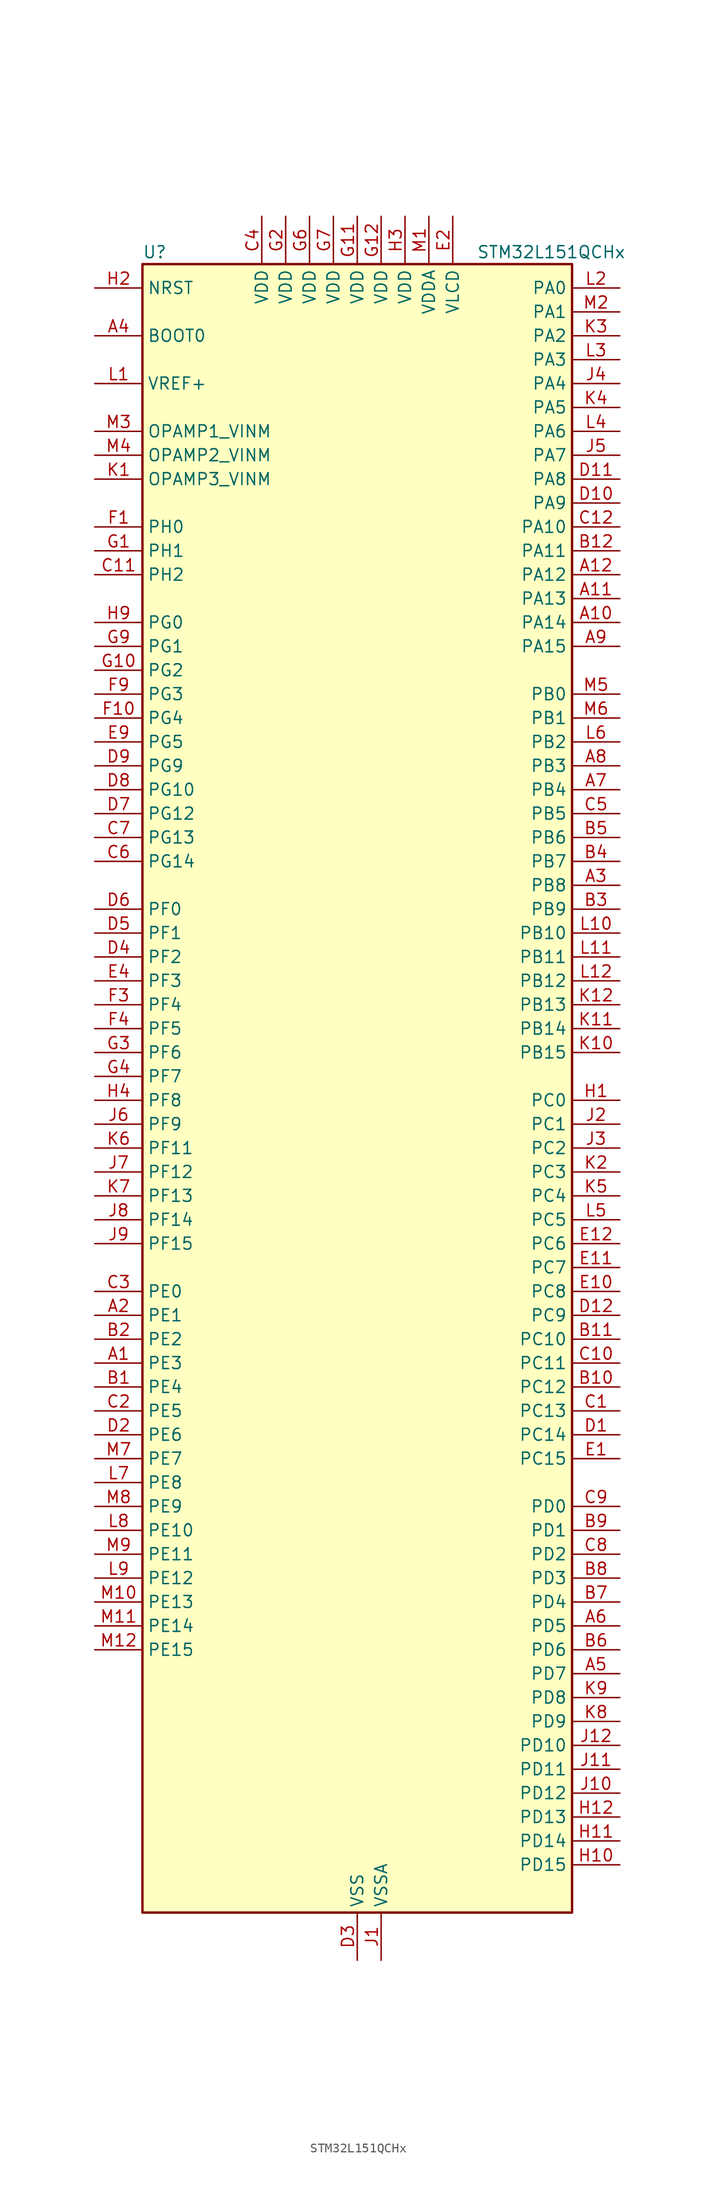
<source format=kicad_sym>
(kicad_symbol_lib
  (version 20231120)
  (generator "kicad-library-utils")
  (generator_version "8.0")
  (symbol "STM32L151QCHx"
    (property "Reference" "U"
      (at -22.86 90.17 0)
      (effects (font (size 1.27 1.27)) (justify left)))
    (property "Value" "STM32L151QCHx"
      (at 12.7 90.17 0)
      (effects (font (size 1.27 1.27)) (justify left)))
    (symbol "STM32L151QCHx_0_1"
      (rectangle (start -22.86 -86.36) (end 22.86 88.9) (stroke (width 0.254) (type default)) (fill (type background))))
    (symbol "STM32L151QCHx_1_1"
      (pin bidirectional line (at -27.94 -27.94 0) (length 5.08) (name "PE3" (effects (font (size 1.27 1.27)))) (number "A1" (effects (font (size 1.27 1.27)))) (alternate "SYS_TRACED0" bidirectional line) (alternate "TIM3_CH1" bidirectional line) (alternate "TIMX_IC4" bidirectional line))
      (pin bidirectional line (at 27.94 50.8 180) (length 5.08) (name "PA14" (effects (font (size 1.27 1.27)))) (number "A10" (effects (font (size 1.27 1.27)))) (alternate "SYS_JTCK-SWCLK" bidirectional line) (alternate "TIMX_IC3" bidirectional line) (alternate "TS_G5_IO2" bidirectional line))
      (pin bidirectional line (at 27.94 53.34 180) (length 5.08) (name "PA13" (effects (font (size 1.27 1.27)))) (number "A11" (effects (font (size 1.27 1.27)))) (alternate "SYS_JTMS-SWDIO" bidirectional line) (alternate "TIMX_IC2" bidirectional line) (alternate "TS_G5_IO1" bidirectional line))
      (pin bidirectional line (at 27.94 55.88 180) (length 5.08) (name "PA12" (effects (font (size 1.27 1.27)))) (number "A12" (effects (font (size 1.27 1.27)))) (alternate "SPI1_MOSI" bidirectional line) (alternate "TIMX_IC1" bidirectional line) (alternate "USART1_RTS" bidirectional line) (alternate "USB_DP" bidirectional line))
      (pin bidirectional line (at -27.94 -22.86 0) (length 5.08) (name "PE1" (effects (font (size 1.27 1.27)))) (number "A2" (effects (font (size 1.27 1.27)))) (alternate "TIM11_CH1" bidirectional line) (alternate "TIMX_IC2" bidirectional line))
      (pin bidirectional line (at 27.94 22.86 180) (length 5.08) (name "PB8" (effects (font (size 1.27 1.27)))) (number "A3" (effects (font (size 1.27 1.27)))) (alternate "I2C1_SCL" bidirectional line) (alternate "TIM10_CH1" bidirectional line) (alternate "TIM4_CH3" bidirectional line))
      (pin input line (at -27.94 81.28 0) (length 5.08) (name "BOOT0" (effects (font (size 1.27 1.27)))) (number "A4" (effects (font (size 1.27 1.27)))))
      (pin bidirectional line (at 27.94 -60.96 180) (length 5.08) (name "PD7" (effects (font (size 1.27 1.27)))) (number "A5" (effects (font (size 1.27 1.27)))) (alternate "TIM9_CH2" bidirectional line) (alternate "TIMX_IC4" bidirectional line) (alternate "USART2_CK" bidirectional line))
      (pin bidirectional line (at 27.94 -55.88 180) (length 5.08) (name "PD5" (effects (font (size 1.27 1.27)))) (number "A6" (effects (font (size 1.27 1.27)))) (alternate "TIMX_IC2" bidirectional line) (alternate "USART2_TX" bidirectional line))
      (pin bidirectional line (at 27.94 33.02 180) (length 5.08) (name "PB4" (effects (font (size 1.27 1.27)))) (number "A7" (effects (font (size 1.27 1.27)))) (alternate "COMP2_INP" bidirectional line) (alternate "SPI1_MISO" bidirectional line) (alternate "SPI3_MISO" bidirectional line) (alternate "SYS_JTRST" bidirectional line) (alternate "TIM3_CH1" bidirectional line) (alternate "TS_G6_IO1" bidirectional line))
      (pin bidirectional line (at 27.94 35.56 180) (length 5.08) (name "PB3" (effects (font (size 1.27 1.27)))) (number "A8" (effects (font (size 1.27 1.27)))) (alternate "COMP2_INM" bidirectional line) (alternate "I2S3_CK" bidirectional line) (alternate "SPI1_SCK" bidirectional line) (alternate "SPI3_SCK" bidirectional line) (alternate "SYS_JTDO-TRACESWO" bidirectional line) (alternate "TIM2_CH2" bidirectional line))
      (pin bidirectional line (at 27.94 48.26 180) (length 5.08) (name "PA15" (effects (font (size 1.27 1.27)))) (number "A9" (effects (font (size 1.27 1.27)))) (alternate "ADC_EXTI15" bidirectional line) (alternate "I2S3_WS" bidirectional line) (alternate "SPI1_NSS" bidirectional line) (alternate "SPI3_NSS" bidirectional line) (alternate "SYS_JTDI" bidirectional line) (alternate "TIM2_CH1" bidirectional line) (alternate "TIM2_ETR" bidirectional line) (alternate "TIMX_IC4" bidirectional line) (alternate "TS_G5_IO3" bidirectional line))
      (pin bidirectional line (at -27.94 -30.48 0) (length 5.08) (name "PE4" (effects (font (size 1.27 1.27)))) (number "B1" (effects (font (size 1.27 1.27)))) (alternate "SYS_TRACED1" bidirectional line) (alternate "TIM3_CH2" bidirectional line) (alternate "TIMX_IC1" bidirectional line))
      (pin bidirectional line (at 27.94 -30.48 180) (length 5.08) (name "PC12" (effects (font (size 1.27 1.27)))) (number "B10" (effects (font (size 1.27 1.27)))) (alternate "I2S3_SD" bidirectional line) (alternate "SPI3_MOSI" bidirectional line) (alternate "TIMX_IC1" bidirectional line) (alternate "USART3_CK" bidirectional line))
      (pin bidirectional line (at 27.94 -25.4 180) (length 5.08) (name "PC10" (effects (font (size 1.27 1.27)))) (number "B11" (effects (font (size 1.27 1.27)))) (alternate "I2S3_CK" bidirectional line) (alternate "SPI3_SCK" bidirectional line) (alternate "TIMX_IC3" bidirectional line) (alternate "USART3_TX" bidirectional line))
      (pin bidirectional line (at 27.94 58.42 180) (length 5.08) (name "PA11" (effects (font (size 1.27 1.27)))) (number "B12" (effects (font (size 1.27 1.27)))) (alternate "ADC_EXTI11" bidirectional line) (alternate "SPI1_MISO" bidirectional line) (alternate "TIMX_IC4" bidirectional line) (alternate "USART1_CTS" bidirectional line) (alternate "USB_DM" bidirectional line))
      (pin bidirectional line (at -27.94 -25.4 0) (length 5.08) (name "PE2" (effects (font (size 1.27 1.27)))) (number "B2" (effects (font (size 1.27 1.27)))) (alternate "SYS_TRACECK" bidirectional line) (alternate "TIM3_ETR" bidirectional line) (alternate "TIMX_IC3" bidirectional line))
      (pin bidirectional line (at 27.94 20.32 180) (length 5.08) (name "PB9" (effects (font (size 1.27 1.27)))) (number "B3" (effects (font (size 1.27 1.27)))) (alternate "DAC_EXTI9" bidirectional line) (alternate "I2C1_SDA" bidirectional line) (alternate "TIM11_CH1" bidirectional line) (alternate "TIM4_CH4" bidirectional line))
      (pin bidirectional line (at 27.94 25.4 180) (length 5.08) (name "PB7" (effects (font (size 1.27 1.27)))) (number "B4" (effects (font (size 1.27 1.27)))) (alternate "COMP2_INP" bidirectional line) (alternate "I2C1_SDA" bidirectional line) (alternate "SYS_PVD_IN" bidirectional line) (alternate "TIM4_CH2" bidirectional line) (alternate "TS_G6_IO4" bidirectional line) (alternate "USART1_RX" bidirectional line))
      (pin bidirectional line (at 27.94 27.94 180) (length 5.08) (name "PB6" (effects (font (size 1.27 1.27)))) (number "B5" (effects (font (size 1.27 1.27)))) (alternate "COMP2_INP" bidirectional line) (alternate "I2C1_SCL" bidirectional line) (alternate "TIM4_CH1" bidirectional line) (alternate "TS_G6_IO3" bidirectional line) (alternate "USART1_TX" bidirectional line))
      (pin bidirectional line (at 27.94 -58.42 180) (length 5.08) (name "PD6" (effects (font (size 1.27 1.27)))) (number "B6" (effects (font (size 1.27 1.27)))) (alternate "TIMX_IC3" bidirectional line) (alternate "USART2_RX" bidirectional line))
      (pin bidirectional line (at 27.94 -53.34 180) (length 5.08) (name "PD4" (effects (font (size 1.27 1.27)))) (number "B7" (effects (font (size 1.27 1.27)))) (alternate "I2S2_SD" bidirectional line) (alternate "SPI2_MOSI" bidirectional line) (alternate "TIMX_IC1" bidirectional line) (alternate "USART2_RTS" bidirectional line))
      (pin bidirectional line (at 27.94 -50.8 180) (length 5.08) (name "PD3" (effects (font (size 1.27 1.27)))) (number "B8" (effects (font (size 1.27 1.27)))) (alternate "SPI2_MISO" bidirectional line) (alternate "TIMX_IC4" bidirectional line) (alternate "USART2_CTS" bidirectional line))
      (pin bidirectional line (at 27.94 -45.72 180) (length 5.08) (name "PD1" (effects (font (size 1.27 1.27)))) (number "B9" (effects (font (size 1.27 1.27)))) (alternate "I2S2_CK" bidirectional line) (alternate "SPI2_SCK" bidirectional line) (alternate "TIMX_IC2" bidirectional line))
      (pin bidirectional line (at 27.94 -33.02 180) (length 5.08) (name "PC13" (effects (font (size 1.27 1.27)))) (number "C1" (effects (font (size 1.27 1.27)))) (alternate "RTC_OUT_ALARM" bidirectional line) (alternate "RTC_OUT_CALIB" bidirectional line) (alternate "RTC_TAMP1" bidirectional line) (alternate "RTC_TS" bidirectional line) (alternate "SYS_WKUP2" bidirectional line) (alternate "TIMX_IC2" bidirectional line))
      (pin bidirectional line (at 27.94 -27.94 180) (length 5.08) (name "PC11" (effects (font (size 1.27 1.27)))) (number "C10" (effects (font (size 1.27 1.27)))) (alternate "ADC_EXTI11" bidirectional line) (alternate "SPI3_MISO" bidirectional line) (alternate "TIMX_IC4" bidirectional line) (alternate "USART3_RX" bidirectional line))
      (pin bidirectional line (at -27.94 55.88 0) (length 5.08) (name "PH2" (effects (font (size 1.27 1.27)))) (number "C11" (effects (font (size 1.27 1.27)))))
      (pin bidirectional line (at 27.94 60.96 180) (length 5.08) (name "PA10" (effects (font (size 1.27 1.27)))) (number "C12" (effects (font (size 1.27 1.27)))) (alternate "TIMX_IC3" bidirectional line) (alternate "TS_G4_IO3" bidirectional line) (alternate "USART1_RX" bidirectional line))
      (pin bidirectional line (at -27.94 -33.02 0) (length 5.08) (name "PE5" (effects (font (size 1.27 1.27)))) (number "C2" (effects (font (size 1.27 1.27)))) (alternate "SYS_TRACED2" bidirectional line) (alternate "TIM9_CH1" bidirectional line) (alternate "TIMX_IC2" bidirectional line))
      (pin bidirectional line (at -27.94 -20.32 0) (length 5.08) (name "PE0" (effects (font (size 1.27 1.27)))) (number "C3" (effects (font (size 1.27 1.27)))) (alternate "TIM10_CH1" bidirectional line) (alternate "TIM4_ETR" bidirectional line) (alternate "TIMX_IC1" bidirectional line))
      (pin power_in line (at -10.16 93.98 270) (length 5.08) (name "VDD" (effects (font (size 1.27 1.27)))) (number "C4" (effects (font (size 1.27 1.27)))))
      (pin bidirectional line (at 27.94 30.48 180) (length 5.08) (name "PB5" (effects (font (size 1.27 1.27)))) (number "C5" (effects (font (size 1.27 1.27)))) (alternate "COMP2_INP" bidirectional line) (alternate "I2C1_SMBA" bidirectional line) (alternate "I2S3_SD" bidirectional line) (alternate "SPI1_MOSI" bidirectional line) (alternate "SPI3_MOSI" bidirectional line) (alternate "TIM3_CH2" bidirectional line) (alternate "TS_G6_IO2" bidirectional line))
      (pin bidirectional line (at -27.94 25.4 0) (length 5.08) (name "PG14" (effects (font (size 1.27 1.27)))) (number "C6" (effects (font (size 1.27 1.27)))))
      (pin bidirectional line (at -27.94 27.94 0) (length 5.08) (name "PG13" (effects (font (size 1.27 1.27)))) (number "C7" (effects (font (size 1.27 1.27)))))
      (pin bidirectional line (at 27.94 -48.26 180) (length 5.08) (name "PD2" (effects (font (size 1.27 1.27)))) (number "C8" (effects (font (size 1.27 1.27)))) (alternate "TIM3_ETR" bidirectional line) (alternate "TIMX_IC3" bidirectional line))
      (pin bidirectional line (at 27.94 -43.18 180) (length 5.08) (name "PD0" (effects (font (size 1.27 1.27)))) (number "C9" (effects (font (size 1.27 1.27)))) (alternate "I2S2_WS" bidirectional line) (alternate "SPI2_NSS" bidirectional line) (alternate "TIM9_CH1" bidirectional line) (alternate "TIMX_IC1" bidirectional line))
      (pin bidirectional line (at 27.94 -35.56 180) (length 5.08) (name "PC14" (effects (font (size 1.27 1.27)))) (number "D1" (effects (font (size 1.27 1.27)))) (alternate "RCC_OSC32_IN" bidirectional line) (alternate "TIMX_IC3" bidirectional line))
      (pin bidirectional line (at 27.94 63.5 180) (length 5.08) (name "PA9" (effects (font (size 1.27 1.27)))) (number "D10" (effects (font (size 1.27 1.27)))) (alternate "DAC_EXTI9" bidirectional line) (alternate "TIMX_IC2" bidirectional line) (alternate "TS_G4_IO2" bidirectional line) (alternate "USART1_TX" bidirectional line))
      (pin bidirectional line (at 27.94 66.04 180) (length 5.08) (name "PA8" (effects (font (size 1.27 1.27)))) (number "D11" (effects (font (size 1.27 1.27)))) (alternate "RCC_MCO" bidirectional line) (alternate "TIMX_IC1" bidirectional line) (alternate "TS_G4_IO1" bidirectional line) (alternate "USART1_CK" bidirectional line))
      (pin bidirectional line (at 27.94 -22.86 180) (length 5.08) (name "PC9" (effects (font (size 1.27 1.27)))) (number "D12" (effects (font (size 1.27 1.27)))) (alternate "DAC_EXTI9" bidirectional line) (alternate "TIM3_CH4" bidirectional line) (alternate "TIMX_IC2" bidirectional line) (alternate "TS_G10_IO4" bidirectional line))
      (pin bidirectional line (at -27.94 -35.56 0) (length 5.08) (name "PE6" (effects (font (size 1.27 1.27)))) (number "D2" (effects (font (size 1.27 1.27)))) (alternate "RTC_TAMP3" bidirectional line) (alternate "SYS_TRACED3" bidirectional line) (alternate "SYS_WKUP3" bidirectional line) (alternate "TIM9_CH2" bidirectional line) (alternate "TIMX_IC3" bidirectional line))
      (pin power_in line (at 0 -91.44 90) (length 5.08) (name "VSS" (effects (font (size 1.27 1.27)))) (number "D3" (effects (font (size 1.27 1.27)))))
      (pin bidirectional line (at -27.94 15.24 0) (length 5.08) (name "PF2" (effects (font (size 1.27 1.27)))) (number "D4" (effects (font (size 1.27 1.27)))))
      (pin bidirectional line (at -27.94 17.78 0) (length 5.08) (name "PF1" (effects (font (size 1.27 1.27)))) (number "D5" (effects (font (size 1.27 1.27)))))
      (pin bidirectional line (at -27.94 20.32 0) (length 5.08) (name "PF0" (effects (font (size 1.27 1.27)))) (number "D6" (effects (font (size 1.27 1.27)))))
      (pin bidirectional line (at -27.94 30.48 0) (length 5.08) (name "PG12" (effects (font (size 1.27 1.27)))) (number "D7" (effects (font (size 1.27 1.27)))))
      (pin bidirectional line (at -27.94 33.02 0) (length 5.08) (name "PG10" (effects (font (size 1.27 1.27)))) (number "D8" (effects (font (size 1.27 1.27)))))
      (pin bidirectional line (at -27.94 35.56 0) (length 5.08) (name "PG9" (effects (font (size 1.27 1.27)))) (number "D9" (effects (font (size 1.27 1.27)))) (alternate "DAC_EXTI9" bidirectional line))
      (pin bidirectional line (at 27.94 -38.1 180) (length 5.08) (name "PC15" (effects (font (size 1.27 1.27)))) (number "E1" (effects (font (size 1.27 1.27)))) (alternate "ADC_EXTI15" bidirectional line) (alternate "RCC_OSC32_OUT" bidirectional line) (alternate "TIMX_IC4" bidirectional line))
      (pin bidirectional line (at 27.94 -20.32 180) (length 5.08) (name "PC8" (effects (font (size 1.27 1.27)))) (number "E10" (effects (font (size 1.27 1.27)))) (alternate "TIM3_CH3" bidirectional line) (alternate "TIMX_IC1" bidirectional line) (alternate "TS_G10_IO3" bidirectional line))
      (pin bidirectional line (at 27.94 -17.78 180) (length 5.08) (name "PC7" (effects (font (size 1.27 1.27)))) (number "E11" (effects (font (size 1.27 1.27)))) (alternate "I2S3_MCK" bidirectional line) (alternate "TIM3_CH2" bidirectional line) (alternate "TIMX_IC4" bidirectional line) (alternate "TS_G10_IO2" bidirectional line))
      (pin bidirectional line (at 27.94 -15.24 180) (length 5.08) (name "PC6" (effects (font (size 1.27 1.27)))) (number "E12" (effects (font (size 1.27 1.27)))) (alternate "I2S2_MCK" bidirectional line) (alternate "TIM3_CH1" bidirectional line) (alternate "TIMX_IC3" bidirectional line) (alternate "TS_G10_IO1" bidirectional line))
      (pin power_in line (at 10.16 93.98 270) (length 5.08) (name "VLCD" (effects (font (size 1.27 1.27)))) (number "E2" (effects (font (size 1.27 1.27)))))
      (pin passive line (at 0 -91.44 90) (length 5.08) hide (name "VSS" (effects (font (size 1.27 1.27)))) (number "E3" (effects (font (size 1.27 1.27)))))
      (pin bidirectional line (at -27.94 12.7 0) (length 5.08) (name "PF3" (effects (font (size 1.27 1.27)))) (number "E4" (effects (font (size 1.27 1.27)))))
      (pin bidirectional line (at -27.94 38.1 0) (length 5.08) (name "PG5" (effects (font (size 1.27 1.27)))) (number "E9" (effects (font (size 1.27 1.27)))))
      (pin bidirectional line (at -27.94 60.96 0) (length 5.08) (name "PH0" (effects (font (size 1.27 1.27)))) (number "F1" (effects (font (size 1.27 1.27)))) (alternate "RCC_OSC_IN" bidirectional line))
      (pin bidirectional line (at -27.94 40.64 0) (length 5.08) (name "PG4" (effects (font (size 1.27 1.27)))) (number "F10" (effects (font (size 1.27 1.27)))) (alternate "ADC_IN12b" bidirectional line) (alternate "TS_G7_IO7" bidirectional line))
      (pin passive line (at 0 -91.44 90) (length 5.08) hide (name "VSS" (effects (font (size 1.27 1.27)))) (number "F11" (effects (font (size 1.27 1.27)))))
      (pin passive line (at 0 -91.44 90) (length 5.08) hide (name "VSS" (effects (font (size 1.27 1.27)))) (number "F12" (effects (font (size 1.27 1.27)))))
      (pin passive line (at 0 -91.44 90) (length 5.08) hide (name "VSS" (effects (font (size 1.27 1.27)))) (number "F2" (effects (font (size 1.27 1.27)))))
      (pin bidirectional line (at -27.94 10.16 0) (length 5.08) (name "PF4" (effects (font (size 1.27 1.27)))) (number "F3" (effects (font (size 1.27 1.27)))))
      (pin bidirectional line (at -27.94 7.62 0) (length 5.08) (name "PF5" (effects (font (size 1.27 1.27)))) (number "F4" (effects (font (size 1.27 1.27)))))
      (pin passive line (at 0 -91.44 90) (length 5.08) hide (name "VSS" (effects (font (size 1.27 1.27)))) (number "F6" (effects (font (size 1.27 1.27)))))
      (pin passive line (at 0 -91.44 90) (length 5.08) hide (name "VSS" (effects (font (size 1.27 1.27)))) (number "F7" (effects (font (size 1.27 1.27)))))
      (pin bidirectional line (at -27.94 43.18 0) (length 5.08) (name "PG3" (effects (font (size 1.27 1.27)))) (number "F9" (effects (font (size 1.27 1.27)))) (alternate "ADC_IN11b" bidirectional line) (alternate "TS_G7_IO6" bidirectional line))
      (pin bidirectional line (at -27.94 58.42 0) (length 5.08) (name "PH1" (effects (font (size 1.27 1.27)))) (number "G1" (effects (font (size 1.27 1.27)))) (alternate "RCC_OSC_OUT" bidirectional line))
      (pin bidirectional line (at -27.94 45.72 0) (length 5.08) (name "PG2" (effects (font (size 1.27 1.27)))) (number "G10" (effects (font (size 1.27 1.27)))) (alternate "ADC_IN10b" bidirectional line) (alternate "TS_G7_IO5" bidirectional line))
      (pin power_in line (at 0 93.98 270) (length 5.08) (name "VDD" (effects (font (size 1.27 1.27)))) (number "G11" (effects (font (size 1.27 1.27)))))
      (pin power_in line (at 2.54 93.98 270) (length 5.08) (name "VDD" (effects (font (size 1.27 1.27)))) (number "G12" (effects (font (size 1.27 1.27)))))
      (pin power_in line (at -7.62 93.98 270) (length 5.08) (name "VDD" (effects (font (size 1.27 1.27)))) (number "G2" (effects (font (size 1.27 1.27)))))
      (pin bidirectional line (at -27.94 5.08 0) (length 5.08) (name "PF6" (effects (font (size 1.27 1.27)))) (number "G3" (effects (font (size 1.27 1.27)))) (alternate "ADC_IN27" bidirectional line) (alternate "TIM5_CH1" bidirectional line) (alternate "TIM5_ETR" bidirectional line) (alternate "TS_G11_IO1" bidirectional line))
      (pin bidirectional line (at -27.94 2.54 0) (length 5.08) (name "PF7" (effects (font (size 1.27 1.27)))) (number "G4" (effects (font (size 1.27 1.27)))) (alternate "ADC_IN28" bidirectional line) (alternate "COMP1_INP" bidirectional line) (alternate "TIM5_CH2" bidirectional line) (alternate "TS_G11_IO2" bidirectional line))
      (pin power_in line (at -5.08 93.98 270) (length 5.08) (name "VDD" (effects (font (size 1.27 1.27)))) (number "G6" (effects (font (size 1.27 1.27)))))
      (pin power_in line (at -2.54 93.98 270) (length 5.08) (name "VDD" (effects (font (size 1.27 1.27)))) (number "G7" (effects (font (size 1.27 1.27)))))
      (pin bidirectional line (at -27.94 48.26 0) (length 5.08) (name "PG1" (effects (font (size 1.27 1.27)))) (number "G9" (effects (font (size 1.27 1.27)))) (alternate "ADC_IN9b" bidirectional line) (alternate "TS_G2_IO5" bidirectional line))
      (pin bidirectional line (at 27.94 0 180) (length 5.08) (name "PC0" (effects (font (size 1.27 1.27)))) (number "H1" (effects (font (size 1.27 1.27)))) (alternate "ADC_IN10" bidirectional line) (alternate "COMP1_INP" bidirectional line) (alternate "TIMX_IC1" bidirectional line) (alternate "TS_G8_IO1" bidirectional line))
      (pin bidirectional line (at 27.94 -81.28 180) (length 5.08) (name "PD15" (effects (font (size 1.27 1.27)))) (number "H10" (effects (font (size 1.27 1.27)))) (alternate "ADC_EXTI15" bidirectional line) (alternate "TIM4_CH4" bidirectional line) (alternate "TIMX_IC4" bidirectional line))
      (pin bidirectional line (at 27.94 -78.74 180) (length 5.08) (name "PD14" (effects (font (size 1.27 1.27)))) (number "H11" (effects (font (size 1.27 1.27)))) (alternate "TIM4_CH3" bidirectional line) (alternate "TIMX_IC3" bidirectional line))
      (pin bidirectional line (at 27.94 -76.2 180) (length 5.08) (name "PD13" (effects (font (size 1.27 1.27)))) (number "H12" (effects (font (size 1.27 1.27)))) (alternate "TIM4_CH2" bidirectional line) (alternate "TIMX_IC2" bidirectional line))
      (pin input line (at -27.94 86.36 0) (length 5.08) (name "NRST" (effects (font (size 1.27 1.27)))) (number "H2" (effects (font (size 1.27 1.27)))))
      (pin power_in line (at 5.08 93.98 270) (length 5.08) (name "VDD" (effects (font (size 1.27 1.27)))) (number "H3" (effects (font (size 1.27 1.27)))))
      (pin bidirectional line (at -27.94 0 0) (length 5.08) (name "PF8" (effects (font (size 1.27 1.27)))) (number "H4" (effects (font (size 1.27 1.27)))) (alternate "ADC_IN29" bidirectional line) (alternate "COMP1_INP" bidirectional line) (alternate "TIM5_CH3" bidirectional line) (alternate "TS_G11_IO3" bidirectional line))
      (pin bidirectional line (at -27.94 50.8 0) (length 5.08) (name "PG0" (effects (font (size 1.27 1.27)))) (number "H9" (effects (font (size 1.27 1.27)))) (alternate "ADC_IN8b" bidirectional line) (alternate "TS_G2_IO4" bidirectional line))
      (pin power_in line (at 2.54 -91.44 90) (length 5.08) (name "VSSA" (effects (font (size 1.27 1.27)))) (number "J1" (effects (font (size 1.27 1.27)))))
      (pin bidirectional line (at 27.94 -73.66 180) (length 5.08) (name "PD12" (effects (font (size 1.27 1.27)))) (number "J10" (effects (font (size 1.27 1.27)))) (alternate "TIM4_CH1" bidirectional line) (alternate "TIMX_IC1" bidirectional line) (alternate "USART3_RTS" bidirectional line))
      (pin bidirectional line (at 27.94 -71.12 180) (length 5.08) (name "PD11" (effects (font (size 1.27 1.27)))) (number "J11" (effects (font (size 1.27 1.27)))) (alternate "ADC_EXTI11" bidirectional line) (alternate "TIMX_IC4" bidirectional line) (alternate "USART3_CTS" bidirectional line))
      (pin bidirectional line (at 27.94 -68.58 180) (length 5.08) (name "PD10" (effects (font (size 1.27 1.27)))) (number "J12" (effects (font (size 1.27 1.27)))) (alternate "TIMX_IC3" bidirectional line) (alternate "USART3_CK" bidirectional line))
      (pin bidirectional line (at 27.94 -2.54 180) (length 5.08) (name "PC1" (effects (font (size 1.27 1.27)))) (number "J2" (effects (font (size 1.27 1.27)))) (alternate "ADC_IN11" bidirectional line) (alternate "COMP1_INP" bidirectional line) (alternate "TIMX_IC2" bidirectional line) (alternate "TS_G8_IO2" bidirectional line))
      (pin bidirectional line (at 27.94 -5.08 180) (length 5.08) (name "PC2" (effects (font (size 1.27 1.27)))) (number "J3" (effects (font (size 1.27 1.27)))) (alternate "ADC_IN12" bidirectional line) (alternate "COMP1_INP" bidirectional line) (alternate "TIMX_IC3" bidirectional line) (alternate "TS_G8_IO3" bidirectional line))
      (pin bidirectional line (at 27.94 76.2 180) (length 5.08) (name "PA4" (effects (font (size 1.27 1.27)))) (number "J4" (effects (font (size 1.27 1.27)))) (alternate "ADC_IN4" bidirectional line) (alternate "COMP1_INP" bidirectional line) (alternate "DAC_OUT1" bidirectional line) (alternate "I2S3_WS" bidirectional line) (alternate "SPI1_NSS" bidirectional line) (alternate "SPI3_NSS" bidirectional line) (alternate "TIMX_IC1" bidirectional line) (alternate "USART2_CK" bidirectional line))
      (pin bidirectional line (at 27.94 68.58 180) (length 5.08) (name "PA7" (effects (font (size 1.27 1.27)))) (number "J5" (effects (font (size 1.27 1.27)))) (alternate "ADC_IN7" bidirectional line) (alternate "COMP1_INP" bidirectional line) (alternate "SPI1_MOSI" bidirectional line) (alternate "TIM11_CH1" bidirectional line) (alternate "TIM3_CH2" bidirectional line) (alternate "TIMX_IC4" bidirectional line) (alternate "TS_G2_IO2" bidirectional line))
      (pin bidirectional line (at -27.94 -2.54 0) (length 5.08) (name "PF9" (effects (font (size 1.27 1.27)))) (number "J6" (effects (font (size 1.27 1.27)))) (alternate "ADC_IN30" bidirectional line) (alternate "COMP1_INP" bidirectional line) (alternate "DAC_EXTI9" bidirectional line) (alternate "TIM5_CH4" bidirectional line) (alternate "TS_G11_IO4" bidirectional line))
      (pin bidirectional line (at -27.94 -7.62 0) (length 5.08) (name "PF12" (effects (font (size 1.27 1.27)))) (number "J7" (effects (font (size 1.27 1.27)))) (alternate "ADC_IN2b" bidirectional line) (alternate "TS_G3_IO5" bidirectional line))
      (pin bidirectional line (at -27.94 -12.7 0) (length 5.08) (name "PF14" (effects (font (size 1.27 1.27)))) (number "J8" (effects (font (size 1.27 1.27)))) (alternate "ADC_IN6b" bidirectional line) (alternate "TS_G9_IO4" bidirectional line))
      (pin bidirectional line (at -27.94 -15.24 0) (length 5.08) (name "PF15" (effects (font (size 1.27 1.27)))) (number "J9" (effects (font (size 1.27 1.27)))) (alternate "ADC_EXTI15" bidirectional line) (alternate "ADC_IN7b" bidirectional line) (alternate "TS_G2_IO3" bidirectional line))
      (pin input line (at -27.94 66.04 0) (length 5.08) (name "OPAMP3_VINM" (effects (font (size 1.27 1.27)))) (number "K1" (effects (font (size 1.27 1.27)))))
      (pin bidirectional line (at 27.94 5.08 180) (length 5.08) (name "PB15" (effects (font (size 1.27 1.27)))) (number "K10" (effects (font (size 1.27 1.27)))) (alternate "ADC_EXTI15" bidirectional line) (alternate "ADC_IN21" bidirectional line) (alternate "COMP1_INP" bidirectional line) (alternate "I2S2_SD" bidirectional line) (alternate "RTC_REFIN" bidirectional line) (alternate "SPI2_MOSI" bidirectional line) (alternate "TIM11_CH1" bidirectional line) (alternate "TS_G7_IO4" bidirectional line))
      (pin bidirectional line (at 27.94 7.62 180) (length 5.08) (name "PB14" (effects (font (size 1.27 1.27)))) (number "K11" (effects (font (size 1.27 1.27)))) (alternate "ADC_IN20" bidirectional line) (alternate "COMP1_INP" bidirectional line) (alternate "SPI2_MISO" bidirectional line) (alternate "TIM9_CH2" bidirectional line) (alternate "TS_G7_IO3" bidirectional line) (alternate "USART3_RTS" bidirectional line))
      (pin bidirectional line (at 27.94 10.16 180) (length 5.08) (name "PB13" (effects (font (size 1.27 1.27)))) (number "K12" (effects (font (size 1.27 1.27)))) (alternate "ADC_IN19" bidirectional line) (alternate "COMP1_INP" bidirectional line) (alternate "I2S2_CK" bidirectional line) (alternate "SPI2_SCK" bidirectional line) (alternate "TIM9_CH1" bidirectional line) (alternate "TS_G7_IO2" bidirectional line) (alternate "USART3_CTS" bidirectional line))
      (pin bidirectional line (at 27.94 -7.62 180) (length 5.08) (name "PC3" (effects (font (size 1.27 1.27)))) (number "K2" (effects (font (size 1.27 1.27)))) (alternate "ADC_IN13" bidirectional line) (alternate "COMP1_INP" bidirectional line) (alternate "TIMX_IC4" bidirectional line) (alternate "TS_G8_IO4" bidirectional line))
      (pin bidirectional line (at 27.94 81.28 180) (length 5.08) (name "PA2" (effects (font (size 1.27 1.27)))) (number "K3" (effects (font (size 1.27 1.27)))) (alternate "ADC_IN2" bidirectional line) (alternate "COMP1_INP" bidirectional line) (alternate "TIM2_CH3" bidirectional line) (alternate "TIM5_CH3" bidirectional line) (alternate "TIM9_CH1" bidirectional line) (alternate "TIMX_IC3" bidirectional line) (alternate "TS_G1_IO3" bidirectional line) (alternate "USART2_TX" bidirectional line))
      (pin bidirectional line (at 27.94 73.66 180) (length 5.08) (name "PA5" (effects (font (size 1.27 1.27)))) (number "K4" (effects (font (size 1.27 1.27)))) (alternate "ADC_IN5" bidirectional line) (alternate "COMP1_INP" bidirectional line) (alternate "DAC_OUT2" bidirectional line) (alternate "SPI1_SCK" bidirectional line) (alternate "TIM2_CH1" bidirectional line) (alternate "TIM2_ETR" bidirectional line) (alternate "TIMX_IC2" bidirectional line))
      (pin bidirectional line (at 27.94 -10.16 180) (length 5.08) (name "PC4" (effects (font (size 1.27 1.27)))) (number "K5" (effects (font (size 1.27 1.27)))) (alternate "ADC_IN14" bidirectional line) (alternate "COMP1_INP" bidirectional line) (alternate "TIMX_IC1" bidirectional line) (alternate "TS_G9_IO1" bidirectional line))
      (pin bidirectional line (at -27.94 -5.08 0) (length 5.08) (name "PF11" (effects (font (size 1.27 1.27)))) (number "K6" (effects (font (size 1.27 1.27)))) (alternate "ADC_EXTI11" bidirectional line) (alternate "ADC_IN1b" bidirectional line) (alternate "TS_G3_IO4" bidirectional line))
      (pin bidirectional line (at -27.94 -10.16 0) (length 5.08) (name "PF13" (effects (font (size 1.27 1.27)))) (number "K7" (effects (font (size 1.27 1.27)))) (alternate "ADC_IN3b" bidirectional line) (alternate "TS_G9_IO3" bidirectional line))
      (pin bidirectional line (at 27.94 -66.04 180) (length 5.08) (name "PD9" (effects (font (size 1.27 1.27)))) (number "K8" (effects (font (size 1.27 1.27)))) (alternate "DAC_EXTI9" bidirectional line) (alternate "TIMX_IC2" bidirectional line) (alternate "USART3_RX" bidirectional line))
      (pin bidirectional line (at 27.94 -63.5 180) (length 5.08) (name "PD8" (effects (font (size 1.27 1.27)))) (number "K9" (effects (font (size 1.27 1.27)))) (alternate "TIMX_IC1" bidirectional line) (alternate "USART3_TX" bidirectional line))
      (pin input line (at -27.94 76.2 0) (length 5.08) (name "VREF+" (effects (font (size 1.27 1.27)))) (number "L1" (effects (font (size 1.27 1.27)))))
      (pin bidirectional line (at 27.94 17.78 180) (length 5.08) (name "PB10" (effects (font (size 1.27 1.27)))) (number "L10" (effects (font (size 1.27 1.27)))) (alternate "I2C2_SCL" bidirectional line) (alternate "TIM2_CH3" bidirectional line) (alternate "USART3_TX" bidirectional line))
      (pin bidirectional line (at 27.94 15.24 180) (length 5.08) (name "PB11" (effects (font (size 1.27 1.27)))) (number "L11" (effects (font (size 1.27 1.27)))) (alternate "ADC_EXTI11" bidirectional line) (alternate "I2C2_SDA" bidirectional line) (alternate "TIM2_CH4" bidirectional line) (alternate "USART3_RX" bidirectional line))
      (pin bidirectional line (at 27.94 12.7 180) (length 5.08) (name "PB12" (effects (font (size 1.27 1.27)))) (number "L12" (effects (font (size 1.27 1.27)))) (alternate "ADC_IN18" bidirectional line) (alternate "COMP1_INP" bidirectional line) (alternate "I2C2_SMBA" bidirectional line) (alternate "I2S2_WS" bidirectional line) (alternate "SPI2_NSS" bidirectional line) (alternate "TIM10_CH1" bidirectional line) (alternate "TS_G7_IO1" bidirectional line) (alternate "USART3_CK" bidirectional line))
      (pin bidirectional line (at 27.94 86.36 180) (length 5.08) (name "PA0" (effects (font (size 1.27 1.27)))) (number "L2" (effects (font (size 1.27 1.27)))) (alternate "ADC_IN0" bidirectional line) (alternate "COMP1_INP" bidirectional line) (alternate "RTC_TAMP2" bidirectional line) (alternate "SYS_WKUP1" bidirectional line) (alternate "TIM2_CH1" bidirectional line) (alternate "TIM2_ETR" bidirectional line) (alternate "TIM5_CH1" bidirectional line) (alternate "TIMX_IC1" bidirectional line) (alternate "TS_G1_IO1" bidirectional line) (alternate "USART2_CTS" bidirectional line))
      (pin bidirectional line (at 27.94 78.74 180) (length 5.08) (name "PA3" (effects (font (size 1.27 1.27)))) (number "L3" (effects (font (size 1.27 1.27)))) (alternate "ADC_IN3" bidirectional line) (alternate "COMP1_INP" bidirectional line) (alternate "OPAMP1_VOUT" bidirectional line) (alternate "TIM2_CH4" bidirectional line) (alternate "TIM5_CH4" bidirectional line) (alternate "TIM9_CH2" bidirectional line) (alternate "TIMX_IC4" bidirectional line) (alternate "TS_G1_IO4" bidirectional line) (alternate "USART2_RX" bidirectional line))
      (pin bidirectional line (at 27.94 71.12 180) (length 5.08) (name "PA6" (effects (font (size 1.27 1.27)))) (number "L4" (effects (font (size 1.27 1.27)))) (alternate "ADC_IN6" bidirectional line) (alternate "COMP1_INP" bidirectional line) (alternate "OPAMP2_VINP" bidirectional line) (alternate "SPI1_MISO" bidirectional line) (alternate "TIM10_CH1" bidirectional line) (alternate "TIM3_CH1" bidirectional line) (alternate "TIMX_IC3" bidirectional line) (alternate "TS_G2_IO1" bidirectional line))
      (pin bidirectional line (at 27.94 -12.7 180) (length 5.08) (name "PC5" (effects (font (size 1.27 1.27)))) (number "L5" (effects (font (size 1.27 1.27)))) (alternate "ADC_IN15" bidirectional line) (alternate "COMP1_INP" bidirectional line) (alternate "TIMX_IC2" bidirectional line) (alternate "TS_G9_IO2" bidirectional line))
      (pin bidirectional line (at 27.94 38.1 180) (length 5.08) (name "PB2" (effects (font (size 1.27 1.27)))) (number "L6" (effects (font (size 1.27 1.27)))) (alternate "ADC_IN0b" bidirectional line) (alternate "TS_G3_IO3" bidirectional line))
      (pin bidirectional line (at -27.94 -40.64 0) (length 5.08) (name "PE8" (effects (font (size 1.27 1.27)))) (number "L7" (effects (font (size 1.27 1.27)))) (alternate "ADC_IN23" bidirectional line) (alternate "COMP1_INP" bidirectional line) (alternate "TIMX_IC1" bidirectional line))
      (pin bidirectional line (at -27.94 -45.72 0) (length 5.08) (name "PE10" (effects (font (size 1.27 1.27)))) (number "L8" (effects (font (size 1.27 1.27)))) (alternate "ADC_IN25" bidirectional line) (alternate "COMP1_INP" bidirectional line) (alternate "TIM2_CH2" bidirectional line) (alternate "TIMX_IC3" bidirectional line))
      (pin bidirectional line (at -27.94 -50.8 0) (length 5.08) (name "PE12" (effects (font (size 1.27 1.27)))) (number "L9" (effects (font (size 1.27 1.27)))) (alternate "SPI1_NSS" bidirectional line) (alternate "TIM2_CH4" bidirectional line) (alternate "TIMX_IC1" bidirectional line))
      (pin power_in line (at 7.62 93.98 270) (length 5.08) (name "VDDA" (effects (font (size 1.27 1.27)))) (number "M1" (effects (font (size 1.27 1.27)))))
      (pin bidirectional line (at -27.94 -53.34 0) (length 5.08) (name "PE13" (effects (font (size 1.27 1.27)))) (number "M10" (effects (font (size 1.27 1.27)))) (alternate "SPI1_SCK" bidirectional line) (alternate "TIMX_IC2" bidirectional line))
      (pin bidirectional line (at -27.94 -55.88 0) (length 5.08) (name "PE14" (effects (font (size 1.27 1.27)))) (number "M11" (effects (font (size 1.27 1.27)))) (alternate "SPI1_MISO" bidirectional line) (alternate "TIMX_IC3" bidirectional line))
      (pin bidirectional line (at -27.94 -58.42 0) (length 5.08) (name "PE15" (effects (font (size 1.27 1.27)))) (number "M12" (effects (font (size 1.27 1.27)))) (alternate "ADC_EXTI15" bidirectional line) (alternate "SPI1_MOSI" bidirectional line) (alternate "TIMX_IC4" bidirectional line))
      (pin bidirectional line (at 27.94 83.82 180) (length 5.08) (name "PA1" (effects (font (size 1.27 1.27)))) (number "M2" (effects (font (size 1.27 1.27)))) (alternate "ADC_IN1" bidirectional line) (alternate "COMP1_INP" bidirectional line) (alternate "OPAMP1_VINP" bidirectional line) (alternate "TIM2_CH2" bidirectional line) (alternate "TIM5_CH2" bidirectional line) (alternate "TIMX_IC2" bidirectional line) (alternate "TS_G1_IO2" bidirectional line) (alternate "USART2_RTS" bidirectional line))
      (pin input line (at -27.94 71.12 0) (length 5.08) (name "OPAMP1_VINM" (effects (font (size 1.27 1.27)))) (number "M3" (effects (font (size 1.27 1.27)))) (alternate "OPAMP1_VINM" bidirectional line))
      (pin input line (at -27.94 68.58 0) (length 5.08) (name "OPAMP2_VINM" (effects (font (size 1.27 1.27)))) (number "M4" (effects (font (size 1.27 1.27)))) (alternate "OPAMP2_VINM" bidirectional line))
      (pin bidirectional line (at 27.94 43.18 180) (length 5.08) (name "PB0" (effects (font (size 1.27 1.27)))) (number "M5" (effects (font (size 1.27 1.27)))) (alternate "ADC_IN8" bidirectional line) (alternate "COMP1_INP" bidirectional line) (alternate "OPAMP2_VOUT" bidirectional line) (alternate "SYS_V_REF_OUT" bidirectional line) (alternate "TIM3_CH3" bidirectional line) (alternate "TS_G3_IO1" bidirectional line))
      (pin bidirectional line (at 27.94 40.64 180) (length 5.08) (name "PB1" (effects (font (size 1.27 1.27)))) (number "M6" (effects (font (size 1.27 1.27)))) (alternate "ADC_IN9" bidirectional line) (alternate "COMP1_INP" bidirectional line) (alternate "SYS_V_REF_OUT" bidirectional line) (alternate "TIM3_CH4" bidirectional line) (alternate "TS_G3_IO2" bidirectional line))
      (pin bidirectional line (at -27.94 -38.1 0) (length 5.08) (name "PE7" (effects (font (size 1.27 1.27)))) (number "M7" (effects (font (size 1.27 1.27)))) (alternate "ADC_IN22" bidirectional line) (alternate "COMP1_INP" bidirectional line) (alternate "TIMX_IC4" bidirectional line))
      (pin bidirectional line (at -27.94 -43.18 0) (length 5.08) (name "PE9" (effects (font (size 1.27 1.27)))) (number "M8" (effects (font (size 1.27 1.27)))) (alternate "ADC_IN24" bidirectional line) (alternate "COMP1_INP" bidirectional line) (alternate "DAC_EXTI9" bidirectional line) (alternate "TIM2_CH1" bidirectional line) (alternate "TIM2_ETR" bidirectional line) (alternate "TIMX_IC2" bidirectional line))
      (pin bidirectional line (at -27.94 -48.26 0) (length 5.08) (name "PE11" (effects (font (size 1.27 1.27)))) (number "M9" (effects (font (size 1.27 1.27)))) (alternate "ADC_EXTI11" bidirectional line) (alternate "TIM2_CH3" bidirectional line) (alternate "TIMX_IC4" bidirectional line)))))
</source>
